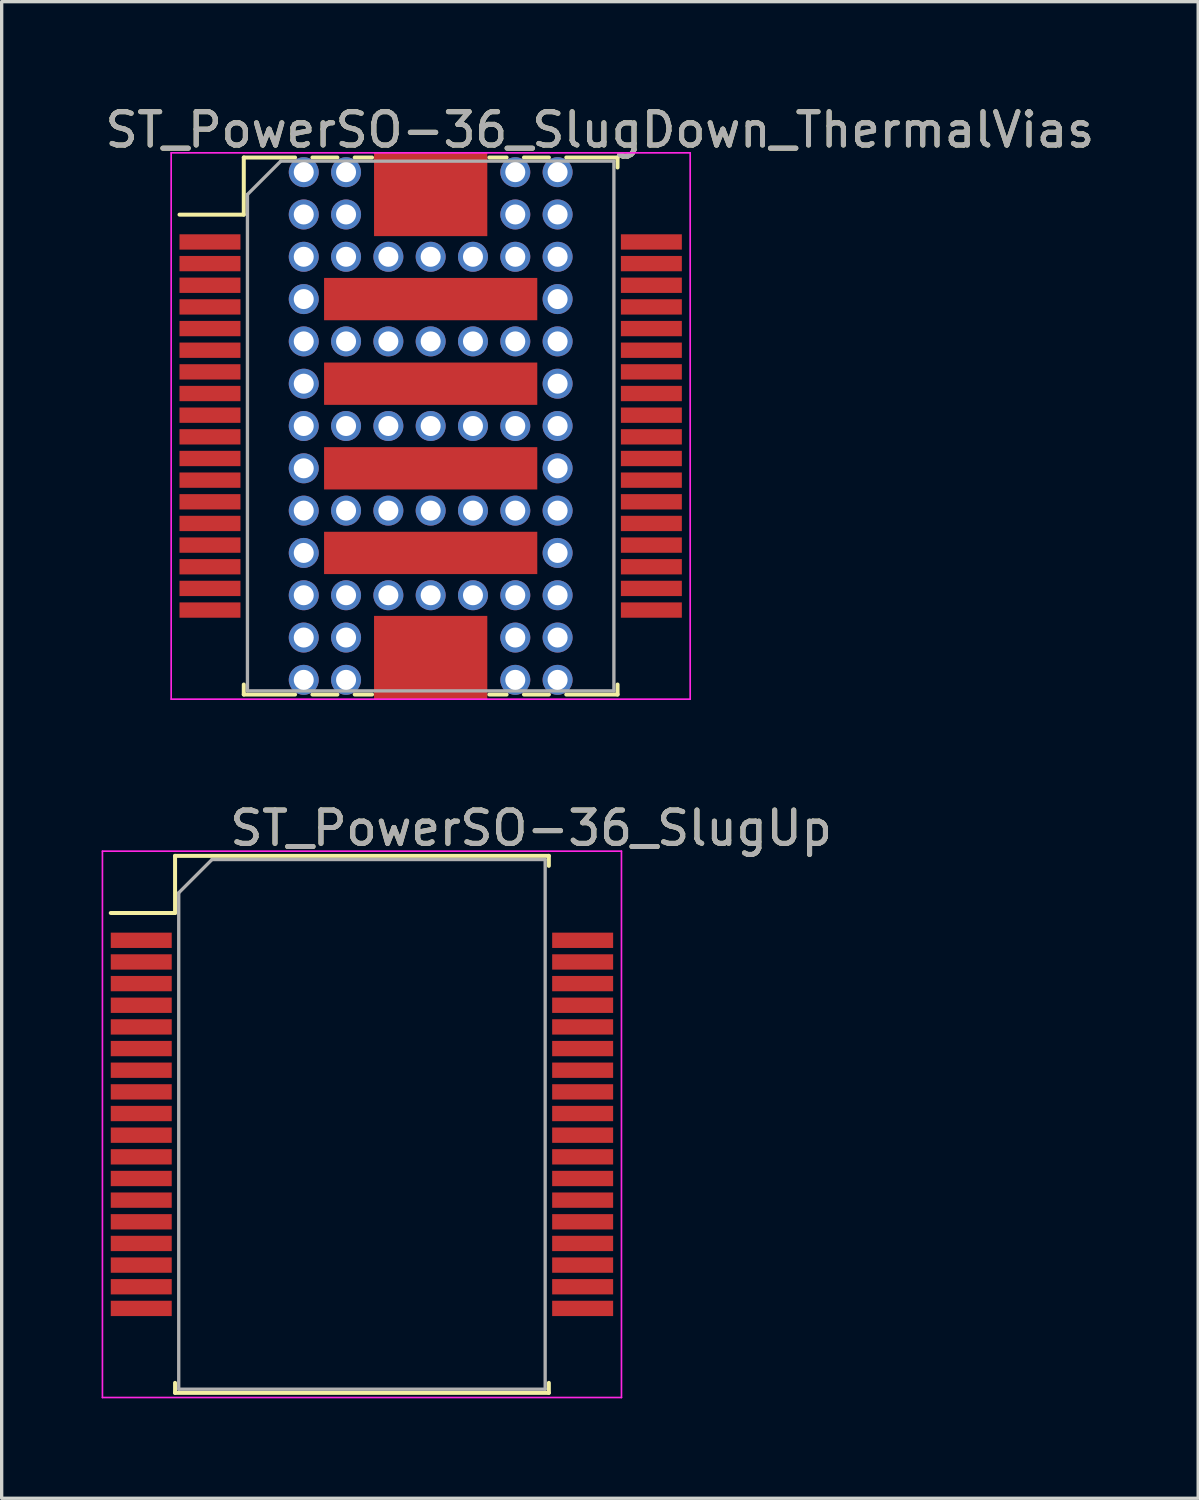
<source format=kicad_pcb>
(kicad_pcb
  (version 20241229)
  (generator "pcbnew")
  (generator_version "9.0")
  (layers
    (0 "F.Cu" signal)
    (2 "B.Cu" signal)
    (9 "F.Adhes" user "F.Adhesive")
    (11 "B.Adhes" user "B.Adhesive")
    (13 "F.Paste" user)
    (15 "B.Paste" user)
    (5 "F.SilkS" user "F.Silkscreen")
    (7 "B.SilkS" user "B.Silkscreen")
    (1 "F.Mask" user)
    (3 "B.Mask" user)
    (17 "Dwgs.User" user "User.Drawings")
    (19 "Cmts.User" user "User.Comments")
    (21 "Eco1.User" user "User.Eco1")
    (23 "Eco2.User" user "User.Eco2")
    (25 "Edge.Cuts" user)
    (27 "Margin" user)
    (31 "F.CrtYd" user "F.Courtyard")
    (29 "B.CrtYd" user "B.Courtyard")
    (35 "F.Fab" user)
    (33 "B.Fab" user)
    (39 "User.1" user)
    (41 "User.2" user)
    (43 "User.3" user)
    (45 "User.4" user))
  (footprint "ST_PowerSO-36_SlugUp"
    (layer "F.Cu")
    (at 7.815 30.701)
    (property "Reference" "ST_PowerSO-36_SlugUp" (at 5.08 -8.89 0) (layer "F.SilkS") (effects (font (size 1 1) (thickness 0.15))))
    (attr smd)
    (fp_line (start -7.54 -6.345) (end -5.61 -6.345) (stroke (width 0.12) (type solid)) (layer "F.SilkS"))
    (fp_line (start -5.61 -8.06) (end 5.61 -8.06) (stroke (width 0.12) (type solid)) (layer "F.SilkS"))
    (fp_line (start -5.61 -6.345) (end -5.61 -8.06) (stroke (width 0.12) (type solid)) (layer "F.SilkS"))
    (fp_line (start -5.61 7.76) (end -5.61 8.06) (stroke (width 0.12) (type solid)) (layer "F.SilkS"))
    (fp_line (start -5.61 8.06) (end 5.61 8.06) (stroke (width 0.12) (type solid)) (layer "F.SilkS"))
    (fp_line (start 5.61 -8.06) (end 5.61 -7.76) (stroke (width 0.12) (type solid)) (layer "F.SilkS"))
    (fp_line (start 5.61 8.06) (end 5.61 7.76) (stroke (width 0.12) (type solid)) (layer "F.SilkS"))
    (fp_line (start -7.79 -8.2) (end -7.79 8.2) (stroke (width 0.05) (type solid)) (layer "F.CrtYd"))
    (fp_line (start -7.79 8.2) (end 7.79 8.2) (stroke (width 0.05) (type solid)) (layer "F.CrtYd"))
    (fp_line (start 7.79 -8.2) (end -7.79 -8.2) (stroke (width 0.05) (type solid)) (layer "F.CrtYd"))
    (fp_line (start 7.79 8.2) (end 7.79 -8.2) (stroke (width 0.05) (type solid)) (layer "F.CrtYd"))
    (fp_line (start -5.5 -6.95) (end -5.5 7.95) (stroke (width 0.1) (type solid)) (layer "F.Fab"))
    (fp_line (start -5.5 -6.95) (end -4.5 -7.95) (stroke (width 0.1) (type solid)) (layer "F.Fab"))
    (fp_line (start -5.5 7.95) (end 5.5 7.95) (stroke (width 0.1) (type solid)) (layer "F.Fab"))
    (fp_line (start 5.5 -7.95) (end -4.5 -7.95) (stroke (width 0.1) (type solid)) (layer "F.Fab"))
    (fp_line (start 5.5 7.95) (end 5.5 -7.95) (stroke (width 0.1) (type solid)) (layer "F.Fab"))
    (fp_text user "${REFERENCE}" (at 5.08 -8.89 0) (layer "F.Fab") (effects (font (size 1 1) (thickness 0.15))))
    (pad "1" smd rect (at -6.625 -5.525 90) (size 0.46 1.83) (layers "F.Cu" "F.Mask" "F.Paste"))
    (pad "2" smd rect (at -6.625 -4.875 90) (size 0.46 1.83) (layers "F.Cu" "F.Mask" "F.Paste"))
    (pad "3" smd rect (at -6.625 -4.225 90) (size 0.46 1.83) (layers "F.Cu" "F.Mask" "F.Paste"))
    (pad "4" smd rect (at -6.625 -3.575 90) (size 0.46 1.83) (layers "F.Cu" "F.Mask" "F.Paste"))
    (pad "5" smd rect (at -6.625 -2.925 90) (size 0.46 1.83) (layers "F.Cu" "F.Mask" "F.Paste"))
    (pad "6" smd rect (at -6.625 -2.275 90) (size 0.46 1.83) (layers "F.Cu" "F.Mask" "F.Paste"))
    (pad "7" smd rect (at -6.625 -1.625 90) (size 0.46 1.83) (layers "F.Cu" "F.Mask" "F.Paste"))
    (pad "8" smd rect (at -6.625 -0.975 90) (size 0.46 1.83) (layers "F.Cu" "F.Mask" "F.Paste"))
    (pad "9" smd rect (at -6.625 -0.325 90) (size 0.46 1.83) (layers "F.Cu" "F.Mask" "F.Paste"))
    (pad "10" smd rect (at -6.625 0.325 90) (size 0.46 1.83) (layers "F.Cu" "F.Mask" "F.Paste"))
    (pad "11" smd rect (at -6.625 0.975 90) (size 0.46 1.83) (layers "F.Cu" "F.Mask" "F.Paste"))
    (pad "12" smd rect (at -6.625 1.625 90) (size 0.46 1.83) (layers "F.Cu" "F.Mask" "F.Paste"))
    (pad "13" smd rect (at -6.625 2.275 90) (size 0.46 1.83) (layers "F.Cu" "F.Mask" "F.Paste"))
    (pad "14" smd rect (at -6.625 2.925 90) (size 0.46 1.83) (layers "F.Cu" "F.Mask" "F.Paste"))
    (pad "15" smd rect (at -6.625 3.575 90) (size 0.46 1.83) (layers "F.Cu" "F.Mask" "F.Paste"))
    (pad "16" smd rect (at -6.625 4.225 90) (size 0.46 1.83) (layers "F.Cu" "F.Mask" "F.Paste"))
    (pad "17" smd rect (at -6.625 4.875 90) (size 0.46 1.83) (layers "F.Cu" "F.Mask" "F.Paste"))
    (pad "18" smd rect (at -6.625 5.525 90) (size 0.46 1.83) (layers "F.Cu" "F.Mask" "F.Paste"))
    (pad "19" smd rect (at 6.625 0.325 90) (size 0.46 1.83) (layers "F.Cu" "F.Mask" "F.Paste"))
    (pad "20" smd rect (at 6.625 0.975 90) (size 0.46 1.83) (layers "F.Cu" "F.Mask" "F.Paste"))
    (pad "21" smd rect (at 6.625 1.625 90) (size 0.46 1.83) (layers "F.Cu" "F.Mask" "F.Paste"))
    (pad "22" smd rect (at 6.625 2.275 90) (size 0.46 1.83) (layers "F.Cu" "F.Mask" "F.Paste"))
    (pad "23" smd rect (at 6.625 2.925 90) (size 0.46 1.83) (layers "F.Cu" "F.Mask" "F.Paste"))
    (pad "24" smd rect (at 6.625 3.575 90) (size 0.46 1.83) (layers "F.Cu" "F.Mask" "F.Paste"))
    (pad "25" smd rect (at 6.625 4.225 90) (size 0.46 1.83) (layers "F.Cu" "F.Mask" "F.Paste"))
    (pad "26" smd rect (at 6.625 4.875 90) (size 0.46 1.83) (layers "F.Cu" "F.Mask" "F.Paste"))
    (pad "27" smd rect (at 6.625 5.525 90) (size 0.46 1.83) (layers "F.Cu" "F.Mask" "F.Paste"))
    (pad "28" smd rect (at 6.625 -0.325 90) (size 0.46 1.83) (layers "F.Cu" "F.Mask" "F.Paste"))
    (pad "29" smd rect (at 6.625 -0.975 90) (size 0.46 1.83) (layers "F.Cu" "F.Mask" "F.Paste"))
    (pad "30" smd rect (at 6.625 -1.625 90) (size 0.46 1.83) (layers "F.Cu" "F.Mask" "F.Paste"))
    (pad "31" smd rect (at 6.625 -2.275 90) (size 0.46 1.83) (layers "F.Cu" "F.Mask" "F.Paste"))
    (pad "32" smd rect (at 6.625 -2.925 90) (size 0.46 1.83) (layers "F.Cu" "F.Mask" "F.Paste"))
    (pad "33" smd rect (at 6.625 -3.575 90) (size 0.46 1.83) (layers "F.Cu" "F.Mask" "F.Paste"))
    (pad "34" smd rect (at 6.625 -4.225 90) (size 0.46 1.83) (layers "F.Cu" "F.Mask" "F.Paste"))
    (pad "35" smd rect (at 6.625 -4.875 90) (size 0.46 1.83) (layers "F.Cu" "F.Mask" "F.Paste"))
    (pad "36" smd rect (at 6.625 -5.525 90) (size 0.46 1.83) (layers "F.Cu" "F.Mask" "F.Paste")))
  (footprint "ST_PowerSO-36_SlugDown_ThermalVias"
    (layer "F.Cu")
    (at 9.878 9.738)
    (property "Reference" "ST_PowerSO-36_SlugDown_ThermalVias" (at 5.08 -8.89 0) (layer "F.SilkS") (effects (font (size 1 1) (thickness 0.15))))
    (attr smd)
    (fp_line (start -7.54 -6.345) (end -5.61 -6.345) (stroke (width 0.12) (type solid)) (layer "F.SilkS"))
    (fp_line (start -5.61 -8.06) (end -4.07 -8.06) (stroke (width 0.12) (type solid)) (layer "F.SilkS"))
    (fp_line (start -5.61 -6.345) (end -5.61 -8.06) (stroke (width 0.12) (type solid)) (layer "F.SilkS"))
    (fp_line (start -5.61 7.76) (end -5.61 8.06) (stroke (width 0.12) (type solid)) (layer "F.SilkS"))
    (fp_line (start -5.61 8.06) (end -4.07 8.06) (stroke (width 0.12) (type solid)) (layer "F.SilkS"))
    (fp_line (start -3.55 -8.06) (end -2.8 -8.06) (stroke (width 0.12) (type solid)) (layer "F.SilkS"))
    (fp_line (start -3.55 8.06) (end -2.8 8.06) (stroke (width 0.12) (type solid)) (layer "F.SilkS"))
    (fp_line (start -2.28 -8.06) (end -1.76 -8.06) (stroke (width 0.12) (type solid)) (layer "F.SilkS"))
    (fp_line (start -2.28 8.06) (end -1.76 8.06) (stroke (width 0.12) (type solid)) (layer "F.SilkS"))
    (fp_line (start 1.76 -8.06) (end 2.28 -8.06) (stroke (width 0.12) (type solid)) (layer "F.SilkS"))
    (fp_line (start 1.76 8.06) (end 2.28 8.06) (stroke (width 0.12) (type solid)) (layer "F.SilkS"))
    (fp_line (start 2.8 -8.06) (end 3.55 -8.06) (stroke (width 0.12) (type solid)) (layer "F.SilkS"))
    (fp_line (start 2.8 8.06) (end 3.55 8.06) (stroke (width 0.12) (type solid)) (layer "F.SilkS"))
    (fp_line (start 4.07 -8.06) (end 5.61 -8.06) (stroke (width 0.12) (type solid)) (layer "F.SilkS"))
    (fp_line (start 4.07 8.06) (end 5.61 8.06) (stroke (width 0.12) (type solid)) (layer "F.SilkS"))
    (fp_line (start 5.61 -8.06) (end 5.61 -7.76) (stroke (width 0.12) (type solid)) (layer "F.SilkS"))
    (fp_line (start 5.61 8.06) (end 5.61 7.76) (stroke (width 0.12) (type solid)) (layer "F.SilkS"))
    (fp_line (start -7.79 -8.2) (end -7.79 8.2) (stroke (width 0.05) (type solid)) (layer "F.CrtYd"))
    (fp_line (start -7.79 8.2) (end 7.79 8.2) (stroke (width 0.05) (type solid)) (layer "F.CrtYd"))
    (fp_line (start 7.79 -8.2) (end -7.79 -8.2) (stroke (width 0.05) (type solid)) (layer "F.CrtYd"))
    (fp_line (start 7.79 8.2) (end 7.79 -8.2) (stroke (width 0.05) (type solid)) (layer "F.CrtYd"))
    (fp_line (start -5.5 -6.95) (end -5.5 7.95) (stroke (width 0.1) (type solid)) (layer "F.Fab"))
    (fp_line (start -5.5 -6.95) (end -4.5 -7.95) (stroke (width 0.1) (type solid)) (layer "F.Fab"))
    (fp_line (start -5.5 7.95) (end 5.5 7.95) (stroke (width 0.1) (type solid)) (layer "F.Fab"))
    (fp_line (start 5.5 -7.95) (end -4.5 -7.95) (stroke (width 0.1) (type solid)) (layer "F.Fab"))
    (fp_line (start 5.5 7.95) (end 5.5 -7.95) (stroke (width 0.1) (type solid)) (layer "F.Fab"))
    (fp_text user "${REFERENCE}" (at 5.08 -8.89 0) (layer "F.Fab") (effects (font (size 1 1) (thickness 0.15))))
    (pad "0" thru_hole circle (at -3.81 -7.62) (size 0.9 0.9) (drill 0.6) (layers "*.Cu" "*.Mask"))
    (pad "0" thru_hole circle (at -3.81 -6.35) (size 0.9 0.9) (drill 0.6) (layers "*.Cu" "*.Mask"))
    (pad "0" thru_hole circle (at -3.81 -5.08) (size 0.9 0.9) (drill 0.6) (layers "*.Cu" "*.Mask"))
    (pad "0" thru_hole circle (at -3.81 -3.81) (size 0.9 0.9) (drill 0.6) (layers "*.Cu" "*.Mask"))
    (pad "0" thru_hole circle (at -3.81 -2.54) (size 0.9 0.9) (drill 0.6) (layers "*.Cu" "*.Mask"))
    (pad "0" thru_hole circle (at -3.81 -1.27) (size 0.9 0.9) (drill 0.6) (layers "*.Cu" "*.Mask"))
    (pad "0" thru_hole circle (at -3.81 0) (size 0.9 0.9) (drill 0.6) (layers "*.Cu" "*.Mask"))
    (pad "0" thru_hole circle (at -3.81 1.27) (size 0.9 0.9) (drill 0.6) (layers "*.Cu" "*.Mask"))
    (pad "0" thru_hole circle (at -3.81 2.54) (size 0.9 0.9) (drill 0.6) (layers "*.Cu" "*.Mask"))
    (pad "0" thru_hole circle (at -3.81 3.81) (size 0.9 0.9) (drill 0.6) (layers "*.Cu" "*.Mask"))
    (pad "0" thru_hole circle (at -3.81 5.08) (size 0.9 0.9) (drill 0.6) (layers "*.Cu" "*.Mask"))
    (pad "0" thru_hole circle (at -3.81 6.35) (size 0.9 0.9) (drill 0.6) (layers "*.Cu" "*.Mask"))
    (pad "0" thru_hole circle (at -3.81 7.62) (size 0.9 0.9) (drill 0.6) (layers "*.Cu" "*.Mask"))
    (pad "0" thru_hole circle (at -2.54 -7.62) (size 0.9 0.9) (drill 0.6) (layers "*.Cu" "*.Mask"))
    (pad "0" thru_hole circle (at -2.54 -6.35) (size 0.9 0.9) (drill 0.6) (layers "*.Cu" "*.Mask"))
    (pad "0" thru_hole circle (at -2.54 -5.08) (size 0.9 0.9) (drill 0.6) (layers "*.Cu" "*.Mask"))
    (pad "0" thru_hole circle (at -2.54 -2.54) (size 0.9 0.9) (drill 0.6) (layers "*.Cu" "*.Mask"))
    (pad "0" thru_hole circle (at -2.54 0) (size 0.9 0.9) (drill 0.6) (layers "*.Cu" "*.Mask"))
    (pad "0" thru_hole circle (at -2.54 2.54) (size 0.9 0.9) (drill 0.6) (layers "*.Cu" "*.Mask"))
    (pad "0" thru_hole circle (at -2.54 5.08) (size 0.9 0.9) (drill 0.6) (layers "*.Cu" "*.Mask"))
    (pad "0" thru_hole circle (at -2.54 6.35) (size 0.9 0.9) (drill 0.6) (layers "*.Cu" "*.Mask"))
    (pad "0" thru_hole circle (at -2.54 7.62) (size 0.9 0.9) (drill 0.6) (layers "*.Cu" "*.Mask"))
    (pad "0" thru_hole circle (at -1.27 -5.08) (size 0.9 0.9) (drill 0.6) (layers "*.Cu" "*.Mask"))
    (pad "0" thru_hole circle (at -1.27 -2.54) (size 0.9 0.9) (drill 0.6) (layers "*.Cu" "*.Mask"))
    (pad "0" thru_hole circle (at -1.27 0) (size 0.9 0.9) (drill 0.6) (layers "*.Cu" "*.Mask"))
    (pad "0" thru_hole circle (at -1.27 2.54) (size 0.9 0.9) (drill 0.6) (layers "*.Cu" "*.Mask"))
    (pad "0" thru_hole circle (at -1.27 5.08) (size 0.9 0.9) (drill 0.6) (layers "*.Cu" "*.Mask"))
    (pad "0" smd rect (at 0 -6.95) (size 3.4 2.5) (layers "F.Cu" "F.Mask" "F.Paste"))
    (pad "0" thru_hole circle (at 0 -5.08) (size 0.9 0.9) (drill 0.6) (layers "*.Cu" "*.Mask"))
    (pad "0" smd rect (at 0 -3.81) (size 6.4 1.27) (layers "F.Cu" "F.Mask" "F.Paste"))
    (pad "0" thru_hole circle (at 0 -2.54) (size 0.9 0.9) (drill 0.6) (layers "*.Cu" "*.Mask"))
    (pad "0" smd rect (at 0 -1.27) (size 6.4 1.27) (layers "F.Cu" "F.Mask" "F.Paste"))
    (pad "0" thru_hole circle (at 0 0) (size 0.9 0.9) (drill 0.6) (layers "*.Cu" "*.Mask"))
    (pad "0" smd rect (at 0 1.27) (size 6.4 1.27) (layers "F.Cu" "F.Mask" "F.Paste"))
    (pad "0" thru_hole circle (at 0 2.54) (size 0.9 0.9) (drill 0.6) (layers "*.Cu" "*.Mask"))
    (pad "0" smd rect (at 0 3.81) (size 6.4 1.27) (layers "F.Cu" "F.Mask" "F.Paste"))
    (pad "0" thru_hole circle (at 0 5.08) (size 0.9 0.9) (drill 0.6) (layers "*.Cu" "*.Mask"))
    (pad "0" smd rect (at 0 6.95) (size 3.4 2.5) (layers "F.Cu" "F.Mask" "F.Paste"))
    (pad "0" thru_hole circle (at 1.27 -5.08) (size 0.9 0.9) (drill 0.6) (layers "*.Cu" "*.Mask"))
    (pad "0" thru_hole circle (at 1.27 -2.54) (size 0.9 0.9) (drill 0.6) (layers "*.Cu" "*.Mask"))
    (pad "0" thru_hole circle (at 1.27 0) (size 0.9 0.9) (drill 0.6) (layers "*.Cu" "*.Mask"))
    (pad "0" thru_hole circle (at 1.27 2.54) (size 0.9 0.9) (drill 0.6) (layers "*.Cu" "*.Mask"))
    (pad "0" thru_hole circle (at 1.27 5.08) (size 0.9 0.9) (drill 0.6) (layers "*.Cu" "*.Mask"))
    (pad "0" thru_hole circle (at 2.54 -7.62) (size 0.9 0.9) (drill 0.6) (layers "*.Cu" "*.Mask"))
    (pad "0" thru_hole circle (at 2.54 -6.35) (size 0.9 0.9) (drill 0.6) (layers "*.Cu" "*.Mask"))
    (pad "0" thru_hole circle (at 2.54 -5.08) (size 0.9 0.9) (drill 0.6) (layers "*.Cu" "*.Mask"))
    (pad "0" thru_hole circle (at 2.54 -2.54) (size 0.9 0.9) (drill 0.6) (layers "*.Cu" "*.Mask"))
    (pad "0" thru_hole circle (at 2.54 0) (size 0.9 0.9) (drill 0.6) (layers "*.Cu" "*.Mask"))
    (pad "0" thru_hole circle (at 2.54 2.54) (size 0.9 0.9) (drill 0.6) (layers "*.Cu" "*.Mask"))
    (pad "0" thru_hole circle (at 2.54 5.08) (size 0.9 0.9) (drill 0.6) (layers "*.Cu" "*.Mask"))
    (pad "0" thru_hole circle (at 2.54 6.35) (size 0.9 0.9) (drill 0.6) (layers "*.Cu" "*.Mask"))
    (pad "0" thru_hole circle (at 2.54 7.62) (size 0.9 0.9) (drill 0.6) (layers "*.Cu" "*.Mask"))
    (pad "0" thru_hole circle (at 3.81 -7.62) (size 0.9 0.9) (drill 0.6) (layers "*.Cu" "*.Mask"))
    (pad "0" thru_hole circle (at 3.81 -6.35) (size 0.9 0.9) (drill 0.6) (layers "*.Cu" "*.Mask"))
    (pad "0" thru_hole circle (at 3.81 -5.08) (size 0.9 0.9) (drill 0.6) (layers "*.Cu" "*.Mask"))
    (pad "0" thru_hole circle (at 3.81 -3.81) (size 0.9 0.9) (drill 0.6) (layers "*.Cu" "*.Mask"))
    (pad "0" thru_hole circle (at 3.81 -2.54) (size 0.9 0.9) (drill 0.6) (layers "*.Cu" "*.Mask"))
    (pad "0" thru_hole circle (at 3.81 -1.27) (size 0.9 0.9) (drill 0.6) (layers "*.Cu" "*.Mask"))
    (pad "0" thru_hole circle (at 3.81 0) (size 0.9 0.9) (drill 0.6) (layers "*.Cu" "*.Mask"))
    (pad "0" thru_hole circle (at 3.81 1.27) (size 0.9 0.9) (drill 0.6) (layers "*.Cu" "*.Mask"))
    (pad "0" thru_hole circle (at 3.81 2.54) (size 0.9 0.9) (drill 0.6) (layers "*.Cu" "*.Mask"))
    (pad "0" thru_hole circle (at 3.81 3.81) (size 0.9 0.9) (drill 0.6) (layers "*.Cu" "*.Mask"))
    (pad "0" thru_hole circle (at 3.81 5.08) (size 0.9 0.9) (drill 0.6) (layers "*.Cu" "*.Mask"))
    (pad "0" thru_hole circle (at 3.81 6.35) (size 0.9 0.9) (drill 0.6) (layers "*.Cu" "*.Mask"))
    (pad "0" thru_hole circle (at 3.81 7.62) (size 0.9 0.9) (drill 0.6) (layers "*.Cu" "*.Mask"))
    (pad "1" smd rect (at -6.625 -5.525 90) (size 0.46 1.83) (layers "F.Cu" "F.Mask" "F.Paste"))
    (pad "2" smd rect (at -6.625 -4.875 90) (size 0.46 1.83) (layers "F.Cu" "F.Mask" "F.Paste"))
    (pad "3" smd rect (at -6.625 -4.225 90) (size 0.46 1.83) (layers "F.Cu" "F.Mask" "F.Paste"))
    (pad "4" smd rect (at -6.625 -3.575 90) (size 0.46 1.83) (layers "F.Cu" "F.Mask" "F.Paste"))
    (pad "5" smd rect (at -6.625 -2.925 90) (size 0.46 1.83) (layers "F.Cu" "F.Mask" "F.Paste"))
    (pad "6" smd rect (at -6.625 -2.275 90) (size 0.46 1.83) (layers "F.Cu" "F.Mask" "F.Paste"))
    (pad "7" smd rect (at -6.625 -1.625 90) (size 0.46 1.83) (layers "F.Cu" "F.Mask" "F.Paste"))
    (pad "8" smd rect (at -6.625 -0.975 90) (size 0.46 1.83) (layers "F.Cu" "F.Mask" "F.Paste"))
    (pad "9" smd rect (at -6.625 -0.325 90) (size 0.46 1.83) (layers "F.Cu" "F.Mask" "F.Paste"))
    (pad "10" smd rect (at -6.625 0.325 90) (size 0.46 1.83) (layers "F.Cu" "F.Mask" "F.Paste"))
    (pad "11" smd rect (at -6.625 0.975 90) (size 0.46 1.83) (layers "F.Cu" "F.Mask" "F.Paste"))
    (pad "12" smd rect (at -6.625 1.625 90) (size 0.46 1.83) (layers "F.Cu" "F.Mask" "F.Paste"))
    (pad "13" smd rect (at -6.625 2.275 90) (size 0.46 1.83) (layers "F.Cu" "F.Mask" "F.Paste"))
    (pad "14" smd rect (at -6.625 2.925 90) (size 0.46 1.83) (layers "F.Cu" "F.Mask" "F.Paste"))
    (pad "15" smd rect (at -6.625 3.575 90) (size 0.46 1.83) (layers "F.Cu" "F.Mask" "F.Paste"))
    (pad "16" smd rect (at -6.625 4.225 90) (size 0.46 1.83) (layers "F.Cu" "F.Mask" "F.Paste"))
    (pad "17" smd rect (at -6.625 4.875 90) (size 0.46 1.83) (layers "F.Cu" "F.Mask" "F.Paste"))
    (pad "18" smd rect (at -6.625 5.525 90) (size 0.46 1.83) (layers "F.Cu" "F.Mask" "F.Paste"))
    (pad "19" smd rect (at 6.625 0.325 90) (size 0.46 1.83) (layers "F.Cu" "F.Mask" "F.Paste"))
    (pad "20" smd rect (at 6.625 0.975 90) (size 0.46 1.83) (layers "F.Cu" "F.Mask" "F.Paste"))
    (pad "21" smd rect (at 6.625 1.625 90) (size 0.46 1.83) (layers "F.Cu" "F.Mask" "F.Paste"))
    (pad "22" smd rect (at 6.625 2.275 90) (size 0.46 1.83) (layers "F.Cu" "F.Mask" "F.Paste"))
    (pad "23" smd rect (at 6.625 2.925 90) (size 0.46 1.83) (layers "F.Cu" "F.Mask" "F.Paste"))
    (pad "24" smd rect (at 6.625 3.575 90) (size 0.46 1.83) (layers "F.Cu" "F.Mask" "F.Paste"))
    (pad "25" smd rect (at 6.625 4.225 90) (size 0.46 1.83) (layers "F.Cu" "F.Mask" "F.Paste"))
    (pad "26" smd rect (at 6.625 4.875 90) (size 0.46 1.83) (layers "F.Cu" "F.Mask" "F.Paste"))
    (pad "27" smd rect (at 6.625 5.525 90) (size 0.46 1.83) (layers "F.Cu" "F.Mask" "F.Paste"))
    (pad "28" smd rect (at 6.625 -0.325 90) (size 0.46 1.83) (layers "F.Cu" "F.Mask" "F.Paste"))
    (pad "29" smd rect (at 6.625 -0.975 90) (size 0.46 1.83) (layers "F.Cu" "F.Mask" "F.Paste"))
    (pad "30" smd rect (at 6.625 -1.625 90) (size 0.46 1.83) (layers "F.Cu" "F.Mask" "F.Paste"))
    (pad "31" smd rect (at 6.625 -2.275 90) (size 0.46 1.83) (layers "F.Cu" "F.Mask" "F.Paste"))
    (pad "32" smd rect (at 6.625 -2.925 90) (size 0.46 1.83) (layers "F.Cu" "F.Mask" "F.Paste"))
    (pad "33" smd rect (at 6.625 -3.575 90) (size 0.46 1.83) (layers "F.Cu" "F.Mask" "F.Paste"))
    (pad "34" smd rect (at 6.625 -4.225 90) (size 0.46 1.83) (layers "F.Cu" "F.Mask" "F.Paste"))
    (pad "35" smd rect (at 6.625 -4.875 90) (size 0.46 1.83) (layers "F.Cu" "F.Mask" "F.Paste"))
    (pad "36" smd rect (at 6.625 -5.525 90) (size 0.46 1.83) (layers "F.Cu" "F.Mask" "F.Paste")))
  (gr_rect
    (start -3 -3)
    (end 32.917 41.926)
    (stroke (width 0.1) (type default))
    (fill no)
    (layer "Edge.Cuts")))
</source>
